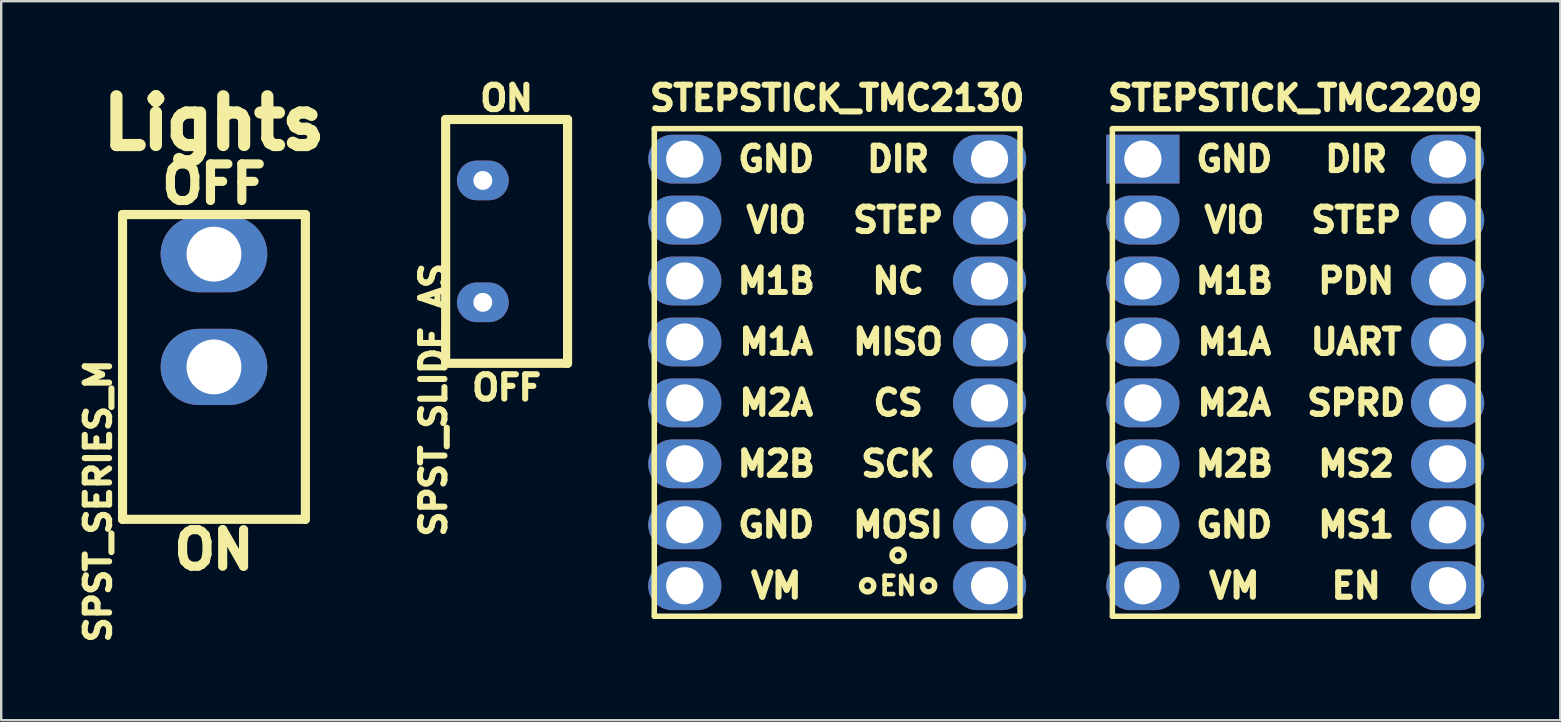
<source format=kicad_pcb>
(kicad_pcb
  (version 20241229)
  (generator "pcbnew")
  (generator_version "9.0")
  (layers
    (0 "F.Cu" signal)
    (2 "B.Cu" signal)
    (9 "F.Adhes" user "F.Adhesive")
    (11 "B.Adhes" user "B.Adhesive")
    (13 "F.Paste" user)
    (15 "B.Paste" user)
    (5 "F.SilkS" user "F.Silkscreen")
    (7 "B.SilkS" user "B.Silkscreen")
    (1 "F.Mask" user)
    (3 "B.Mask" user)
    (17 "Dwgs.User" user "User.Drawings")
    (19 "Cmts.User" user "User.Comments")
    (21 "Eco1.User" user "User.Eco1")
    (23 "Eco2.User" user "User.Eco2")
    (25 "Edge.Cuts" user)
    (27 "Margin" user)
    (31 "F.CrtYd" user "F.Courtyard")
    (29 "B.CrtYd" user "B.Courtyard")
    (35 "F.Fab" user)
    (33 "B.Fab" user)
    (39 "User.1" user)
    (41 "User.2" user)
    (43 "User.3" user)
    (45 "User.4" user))
  (footprint "SPST_SLIDE_AS"
    (layer "F.Cu")
    (at 18.061 7.009)
    (property "Reference" "SPST_SLIDE_AS" (at -3.048 6.604 90) (layer "F.SilkS") (effects (font (size 1.016 1.016) (thickness 0.254))))
    (attr through_hole)
    (fp_line (start -2.54 -5.08) (end 2.54 -5.08) (stroke (width 0.381) (type solid)) (layer "F.SilkS"))
    (fp_line (start -2.54 5.08) (end -2.54 -5.08) (stroke (width 0.381) (type solid)) (layer "F.SilkS"))
    (fp_line (start 2.54 -5.08) (end 2.54 5.08) (stroke (width 0.381) (type solid)) (layer "F.SilkS"))
    (fp_line (start 2.54 5.08) (end -2.54 5.08) (stroke (width 0.381) (type solid)) (layer "F.SilkS"))
    (fp_text user "OFF" (at 0 6.096 0) (layer "F.SilkS") (effects (font (size 1.016 1.016) (thickness 0.254))))
    (fp_text user "ON" (at 0 -5.969 0) (layer "F.SilkS") (effects (font (size 1.016 1.016) (thickness 0.254))))
    (pad "1" thru_hole oval (at -0.991 -2.54) (size 2.159 1.651) (drill 0.787) (layers "*.Cu" "*.Mask"))
    (pad "3" thru_hole oval (at -0.991 2.54) (size 2.159 1.651) (drill 0.787) (layers "*.Cu" "*.Mask")))
  (footprint "STEPSTICK_TMC2209"
    (layer "F.Cu")
    (at 50.925 12.47)
    (property "Reference" "STEPSTICK_TMC2209" (at 0 -11.43 0) (layer "F.SilkS") (effects (font (size 1.016 1.016) (thickness 0.254))))
    (attr through_hole)
    (fp_line (start -7.62 -10.16) (end -7.62 10.16) (stroke (width 0.229) (type solid)) (layer "F.SilkS"))
    (fp_line (start -7.62 10.16) (end 7.62 10.16) (stroke (width 0.229) (type solid)) (layer "F.SilkS"))
    (fp_line (start 7.62 -10.16) (end -7.62 -10.16) (stroke (width 0.229) (type solid)) (layer "F.SilkS"))
    (fp_line (start 7.62 10.16) (end 7.62 -10.16) (stroke (width 0.229) (type solid)) (layer "F.SilkS"))
    (fp_text user "M1A" (at -2.54 -1.27 0) (layer "F.SilkS") (effects (font (size 1.016 1.016) (thickness 0.254))))
    (fp_text user "MS1" (at 2.54 6.35 0) (layer "F.SilkS") (effects (font (size 1.016 1.016) (thickness 0.254))))
    (fp_text user "GND" (at -2.54 -8.89 0) (layer "F.SilkS") (effects (font (size 1.016 1.016) (thickness 0.254))))
    (fp_text user "DIR" (at 2.54 -8.89 0) (layer "F.SilkS") (effects (font (size 1.016 1.016) (thickness 0.254))))
    (fp_text user "STEP" (at 2.54 -6.35 0) (layer "F.SilkS") (effects (font (size 1.016 1.016) (thickness 0.254))))
    (fp_text user "UART" (at 2.54 -1.27 0) (layer "F.SilkS") (effects (font (size 1.016 1.016) (thickness 0.254))))
    (fp_text user "VIO" (at -2.54 -6.35 0) (layer "F.SilkS") (effects (font (size 1.016 1.016) (thickness 0.254))))
    (fp_text user "M1B" (at -2.54 -3.81 0) (layer "F.SilkS") (effects (font (size 1.016 1.016) (thickness 0.254))))
    (fp_text user "SPRD" (at 2.54 1.27 0) (layer "F.SilkS") (effects (font (size 1.016 1.016) (thickness 0.254))))
    (fp_text user "M2A" (at -2.54 1.27 0) (layer "F.SilkS") (effects (font (size 1.016 1.016) (thickness 0.254))))
    (fp_text user "GND" (at -2.54 6.35 0) (layer "F.SilkS") (effects (font (size 1.016 1.016) (thickness 0.254))))
    (fp_text user "VM" (at -2.54 8.89 0) (layer "F.SilkS") (effects (font (size 1.016 1.016) (thickness 0.254))))
    (fp_text user "MS2" (at 2.54 3.81 0) (layer "F.SilkS") (effects (font (size 1.016 1.016) (thickness 0.254))))
    (fp_text user "EN" (at 2.54 8.89 0) (layer "F.SilkS") (effects (font (size 1.016 1.016) (thickness 0.254))))
    (fp_text user "M2B" (at -2.54 3.81 0) (layer "F.SilkS") (effects (font (size 1.016 1.016) (thickness 0.254))))
    (fp_text user "PDN" (at 2.54 -3.81 0) (layer "F.SilkS") (effects (font (size 1.016 1.016) (thickness 0.254))))
    (pad "1" thru_hole rect (at -6.35 -8.89) (size 3.048 2.032) (drill 1.549) (layers "*.Cu" "*.Mask"))
    (pad "2" thru_hole oval (at -6.35 -6.35) (size 3.048 2.032) (drill 1.549) (layers "*.Cu" "*.Mask"))
    (pad "3" thru_hole oval (at -6.35 -3.81) (size 3.048 2.032) (drill 1.549) (layers "*.Cu" "*.Mask"))
    (pad "4" thru_hole oval (at -6.35 -1.27) (size 3.048 2.032) (drill 1.549) (layers "*.Cu" "*.Mask"))
    (pad "5" thru_hole oval (at -6.35 1.27) (size 3.048 2.032) (drill 1.549) (layers "*.Cu" "*.Mask"))
    (pad "6" thru_hole oval (at -6.35 3.81) (size 3.048 2.032) (drill 1.549) (layers "*.Cu" "*.Mask"))
    (pad "7" thru_hole oval (at -6.35 6.35) (size 3.048 2.032) (drill 1.549) (layers "*.Cu" "*.Mask"))
    (pad "8" thru_hole oval (at -6.35 8.89) (size 3.048 2.032) (drill 1.549) (layers "*.Cu" "*.Mask"))
    (pad "9" thru_hole oval (at 6.35 -8.89) (size 3.048 2.032) (drill 1.549) (layers "*.Cu" "*.Mask"))
    (pad "10" thru_hole oval (at 6.35 -6.35) (size 3.048 2.032) (drill 1.549) (layers "*.Cu" "*.Mask"))
    (pad "11" thru_hole oval (at 6.35 -3.81) (size 3.048 2.032) (drill 1.549) (layers "*.Cu" "*.Mask"))
    (pad "12" thru_hole oval (at 6.35 -1.27) (size 3.048 2.032) (drill 1.549) (layers "*.Cu" "*.Mask"))
    (pad "13" thru_hole oval (at 6.35 1.27) (size 3.048 2.032) (drill 1.549) (layers "*.Cu" "*.Mask"))
    (pad "14" thru_hole oval (at 6.35 3.81) (size 3.048 2.032) (drill 1.549) (layers "*.Cu" "*.Mask"))
    (pad "15" thru_hole oval (at 6.35 6.35) (size 3.048 2.032) (drill 1.549) (layers "*.Cu" "*.Mask"))
    (pad "16" thru_hole oval (at 6.35 8.89) (size 3.048 2.032) (drill 1.549) (layers "*.Cu" "*.Mask")))
  (footprint "STEPSTICK_TMC2130"
    (layer "F.Cu")
    (at 31.836 12.47)
    (property "Reference" "STEPSTICK_TMC2130" (at 0 -11.43 0) (layer "F.SilkS") (effects (font (size 1.016 1.016) (thickness 0.254))))
    (attr through_hole)
    (fp_line (start -7.62 -10.16) (end -7.62 10.16) (stroke (width 0.229) (type solid)) (layer "F.SilkS"))
    (fp_line (start -7.62 10.16) (end 7.62 10.16) (stroke (width 0.229) (type solid)) (layer "F.SilkS"))
    (fp_line (start 7.62 -10.16) (end -7.62 -10.16) (stroke (width 0.229) (type solid)) (layer "F.SilkS"))
    (fp_line (start 7.62 10.16) (end 7.62 -10.16) (stroke (width 0.229) (type solid)) (layer "F.SilkS"))
    (fp_circle (center 1.27 8.89) (end 1.27 8.636) (stroke (width 0.229) (type solid)) (fill no) (layer "F.SilkS"))
    (fp_circle (center 2.54 7.62) (end 2.54 7.366) (stroke (width 0.229) (type solid)) (fill no) (layer "F.SilkS"))
    (fp_circle (center 3.81 8.89) (end 3.81 8.636) (stroke (width 0.229) (type solid)) (fill no) (layer "F.SilkS"))
    (fp_text user "MOSI" (at 2.54 6.35 0) (layer "F.SilkS") (effects (font (size 1.016 1.016) (thickness 0.254))))
    (fp_text user "STEP" (at 2.54 -6.35 0) (layer "F.SilkS") (effects (font (size 1.016 1.016) (thickness 0.254))))
    (fp_text user "EN" (at 2.54 8.89 0) (layer "F.SilkS") (effects (font (size 0.762 0.762) (thickness 0.191))))
    (fp_text user "NC" (at 2.54 -3.81 0) (layer "F.SilkS") (effects (font (size 1.016 1.016) (thickness 0.254))))
    (fp_text user "CS" (at 2.54 1.27 0) (layer "F.SilkS") (effects (font (size 1.016 1.016) (thickness 0.254))))
    (fp_text user "VIO" (at -2.54 -6.35 0) (layer "F.SilkS") (effects (font (size 1.016 1.016) (thickness 0.254))))
    (fp_text user "VM" (at -2.54 8.89 0) (layer "F.SilkS") (effects (font (size 1.016 1.016) (thickness 0.254))))
    (fp_text user "SCK" (at 2.54 3.81 0) (layer "F.SilkS") (effects (font (size 1.016 1.016) (thickness 0.254))))
    (fp_text user "MISO" (at 2.54 -1.27 0) (layer "F.SilkS") (effects (font (size 1.016 1.016) (thickness 0.254))))
    (fp_text user "DIR" (at 2.54 -8.89 0) (layer "F.SilkS") (effects (font (size 1.016 1.016) (thickness 0.254))))
    (fp_text user "M2A" (at -2.54 1.27 0) (layer "F.SilkS") (effects (font (size 1.016 1.016) (thickness 0.254))))
    (fp_text user "GND" (at -2.54 6.35 0) (layer "F.SilkS") (effects (font (size 1.016 1.016) (thickness 0.254))))
    (fp_text user "GND" (at -2.54 -8.89 0) (layer "F.SilkS") (effects (font (size 1.016 1.016) (thickness 0.254))))
    (fp_text user "M1A" (at -2.54 -1.27 0) (layer "F.SilkS") (effects (font (size 1.016 1.016) (thickness 0.254))))
    (fp_text user "M1B" (at -2.54 -3.81 0) (layer "F.SilkS") (effects (font (size 1.016 1.016) (thickness 0.254))))
    (fp_text user "M2B" (at -2.54 3.81 0) (layer "F.SilkS") (effects (font (size 1.016 1.016) (thickness 0.254))))
    (pad "1" thru_hole oval (at 6.35 -8.89) (size 3.048 2.032) (drill 1.549) (layers "*.Cu" "*.Mask"))
    (pad "2" thru_hole oval (at 6.35 -6.35) (size 3.048 2.032) (drill 1.549) (layers "*.Cu" "*.Mask"))
    (pad "3" thru_hole oval (at 6.35 -3.81) (size 3.048 2.032) (drill 1.549) (layers "*.Cu" "*.Mask"))
    (pad "4" thru_hole oval (at 6.35 -1.27) (size 3.048 2.032) (drill 1.549) (layers "*.Cu" "*.Mask"))
    (pad "5" thru_hole oval (at 6.35 1.27) (size 3.048 2.032) (drill 1.549) (layers "*.Cu" "*.Mask"))
    (pad "6" thru_hole oval (at 6.35 3.81) (size 3.048 2.032) (drill 1.549) (layers "*.Cu" "*.Mask"))
    (pad "7" thru_hole oval (at 6.35 6.35) (size 3.048 2.032) (drill 1.549) (layers "*.Cu" "*.Mask"))
    (pad "8" thru_hole oval (at 6.35 8.89) (size 3.048 2.032) (drill 1.549) (layers "*.Cu" "*.Mask"))
    (pad "9" thru_hole oval (at -6.35 8.89) (size 3.048 2.032) (drill 1.549) (layers "*.Cu" "*.Mask"))
    (pad "10" thru_hole oval (at -6.35 6.35) (size 3.048 2.032) (drill 1.549) (layers "*.Cu" "*.Mask"))
    (pad "11" thru_hole oval (at -6.35 3.81) (size 3.048 2.032) (drill 1.549) (layers "*.Cu" "*.Mask"))
    (pad "12" thru_hole oval (at -6.35 1.27) (size 3.048 2.032) (drill 1.549) (layers "*.Cu" "*.Mask"))
    (pad "13" thru_hole oval (at -6.35 -1.27) (size 3.048 2.032) (drill 1.549) (layers "*.Cu" "*.Mask"))
    (pad "14" thru_hole oval (at -6.35 -3.81) (size 3.048 2.032) (drill 1.549) (layers "*.Cu" "*.Mask"))
    (pad "15" thru_hole oval (at -6.35 -6.35) (size 3.048 2.032) (drill 1.549) (layers "*.Cu" "*.Mask"))
    (pad "16" thru_hole oval (at -6.35 -8.89) (size 3.048 2.032) (drill 1.549) (layers "*.Cu" "*.Mask")))
  (footprint "SPST_SERIES_M"
    (layer "F.Cu")
    (at 5.866 12.24)
    (property "Reference" "SPST_SERIES_M" (at -4.826 5.588 90) (layer "F.SilkS") (effects (font (size 1.016 1.016) (thickness 0.254))))
    (property "Value" "${VALUE}" (at -4.826 0 90) (layer "F.SilkS") (hide yes) (effects (font (size 1.016 1.016) (thickness 0.254))))
    (attr through_hole)
    (fp_line (start -3.81 -6.35) (end -3.81 6.35) (stroke (width 0.381) (type solid)) (layer "F.SilkS"))
    (fp_line (start -3.81 6.35) (end 3.81 6.35) (stroke (width 0.381) (type solid)) (layer "F.SilkS"))
    (fp_line (start 3.81 -6.35) (end -3.81 -6.35) (stroke (width 0.381) (type solid)) (layer "F.SilkS"))
    (fp_line (start 3.81 6.35) (end 3.81 -6.35) (stroke (width 0.381) (type solid)) (layer "F.SilkS"))
    (fp_text user "Lights" (at 0 -10.16 0) (layer "F.SilkS") (effects (font (size 2.032 2.032) (thickness 0.508))))
    (fp_text user "OFF" (at 0 -7.62 0) (layer "F.SilkS") (effects (font (size 1.524 1.524) (thickness 0.381))))
    (fp_text user "ON" (at 0 7.62 0) (layer "F.SilkS") (effects (font (size 1.524 1.524) (thickness 0.381))))
    (pad "2" thru_hole oval (at 0 0) (size 4.445 3.175) (drill 2.286) (layers "*.Cu" "*.Mask"))
    (pad "3" thru_hole oval (at 0 -4.699) (size 4.445 3.175) (drill 2.286) (layers "*.Cu" "*.Mask")))
  (gr_rect
    (start -3 -3)
    (end 61.97 26.962)
    (stroke (width 0.1) (type default))
    (fill no)
    (layer "Edge.Cuts")))
</source>
